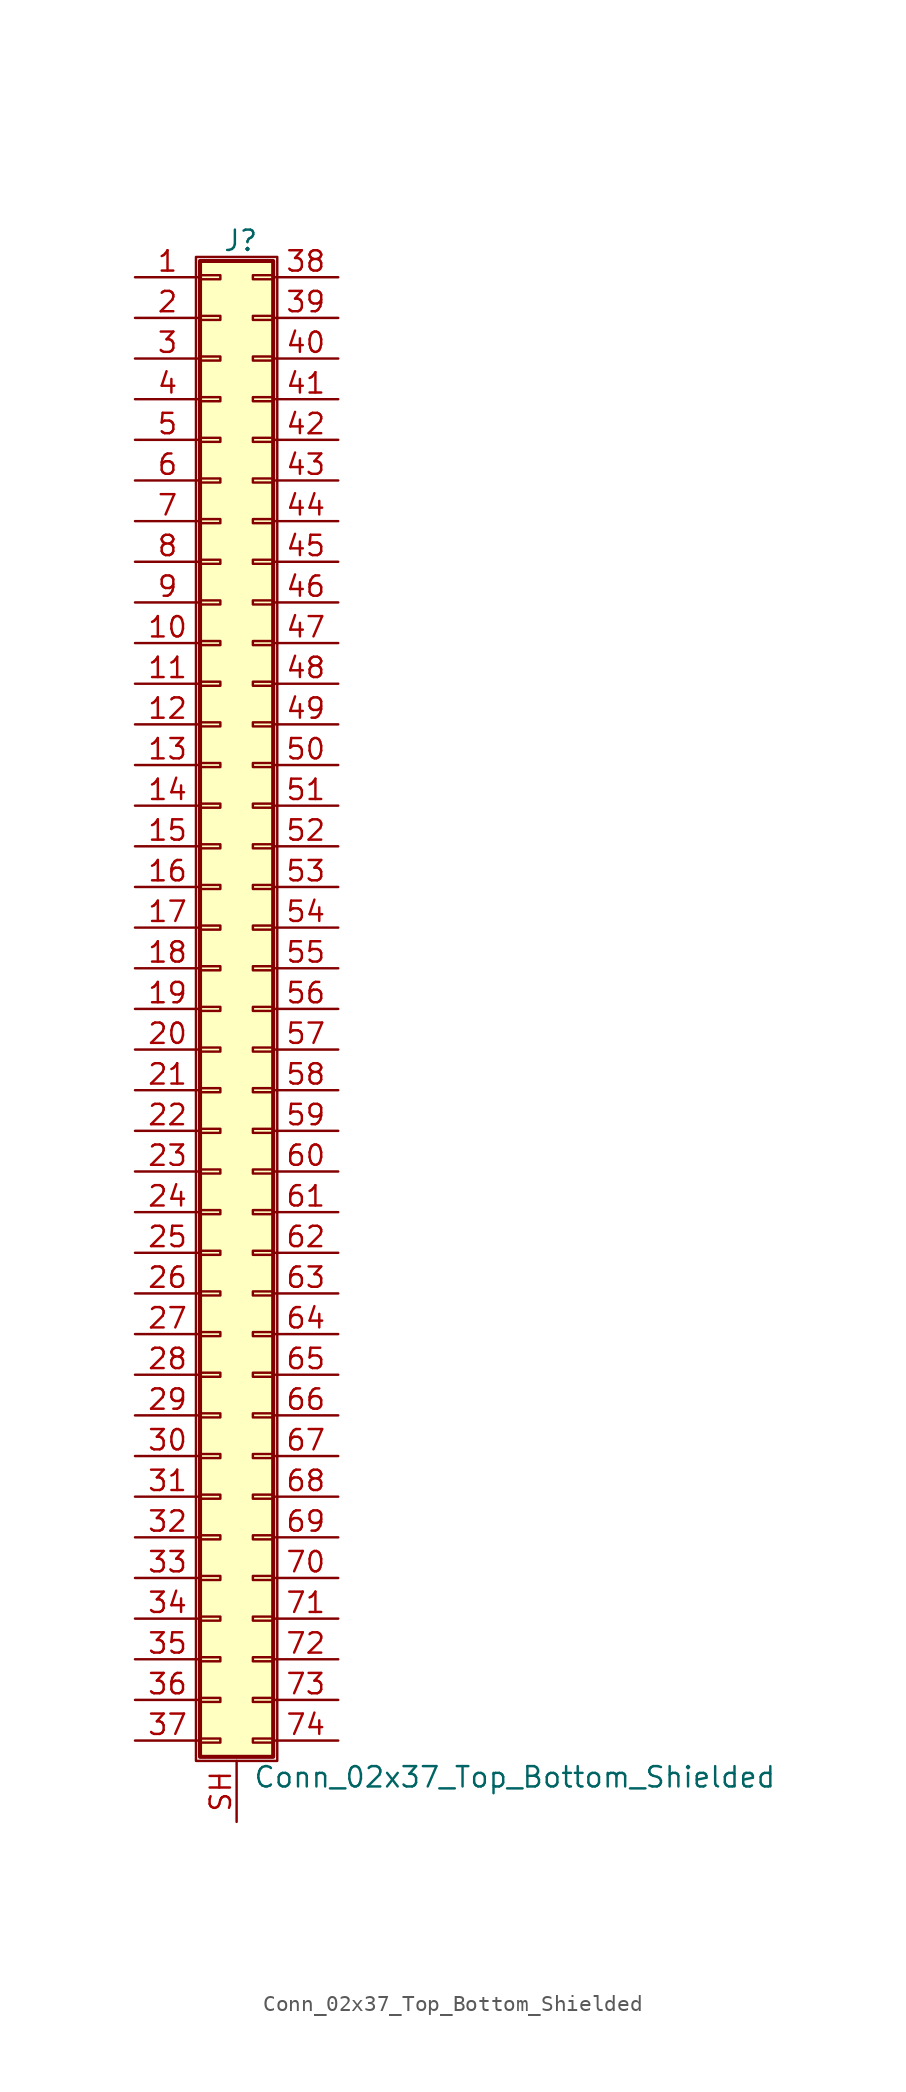
<source format=kicad_sym>
(kicad_symbol_lib
  (version 20211014)
  (generator kicad_symbol_editor)
  (symbol "Conn_02x37_Top_Bottom_Shielded"
    (pin_names
      (offset 1.016) hide)
    (property "Reference" "J"
      (at 1.524 48.006 0)
      (effects (font (size 1.27 1.27))))
    (property "Value" "Conn_02x37_Top_Bottom_Shielded"
      (at 2.286 -48.006 0)
      (effects (font (size 1.27 1.27)) (justify left)))
    (symbol "Conn_02x37_Top_Bottom_Shielded_1_1"
      (rectangle (start -1.27 46.99) (end 3.81 -46.99) (stroke (width 0.152) (type default) (color 0 0 0 0)) (fill (type none)))
      (rectangle (start -1.016 -45.593) (end 0.254 -45.847) (stroke (width 0.152) (type default) (color 0 0 0 0)) (fill (type none)))
      (rectangle (start -1.016 -43.053) (end 0.254 -43.307) (stroke (width 0.152) (type default) (color 0 0 0 0)) (fill (type none)))
      (rectangle (start -1.016 -40.513) (end 0.254 -40.767) (stroke (width 0.152) (type default) (color 0 0 0 0)) (fill (type none)))
      (rectangle (start -1.016 -37.973) (end 0.254 -38.227) (stroke (width 0.152) (type default) (color 0 0 0 0)) (fill (type none)))
      (rectangle (start -1.016 -35.433) (end 0.254 -35.687) (stroke (width 0.152) (type default) (color 0 0 0 0)) (fill (type none)))
      (rectangle (start -1.016 -32.893) (end 0.254 -33.147) (stroke (width 0.152) (type default) (color 0 0 0 0)) (fill (type none)))
      (rectangle (start -1.016 -30.353) (end 0.254 -30.607) (stroke (width 0.152) (type default) (color 0 0 0 0)) (fill (type none)))
      (rectangle (start -1.016 -27.813) (end 0.254 -28.067) (stroke (width 0.152) (type default) (color 0 0 0 0)) (fill (type none)))
      (rectangle (start -1.016 -25.273) (end 0.254 -25.527) (stroke (width 0.152) (type default) (color 0 0 0 0)) (fill (type none)))
      (rectangle (start -1.016 -22.733) (end 0.254 -22.987) (stroke (width 0.152) (type default) (color 0 0 0 0)) (fill (type none)))
      (rectangle (start -1.016 -20.193) (end 0.254 -20.447) (stroke (width 0.152) (type default) (color 0 0 0 0)) (fill (type none)))
      (rectangle (start -1.016 -17.653) (end 0.254 -17.907) (stroke (width 0.152) (type default) (color 0 0 0 0)) (fill (type none)))
      (rectangle (start -1.016 -15.113) (end 0.254 -15.367) (stroke (width 0.152) (type default) (color 0 0 0 0)) (fill (type none)))
      (rectangle (start -1.016 -12.573) (end 0.254 -12.827) (stroke (width 0.152) (type default) (color 0 0 0 0)) (fill (type none)))
      (rectangle (start -1.016 -10.033) (end 0.254 -10.287) (stroke (width 0.152) (type default) (color 0 0 0 0)) (fill (type none)))
      (rectangle (start -1.016 -7.493) (end 0.254 -7.747) (stroke (width 0.152) (type default) (color 0 0 0 0)) (fill (type none)))
      (rectangle (start -1.016 -4.953) (end 0.254 -5.207) (stroke (width 0.152) (type default) (color 0 0 0 0)) (fill (type none)))
      (rectangle (start -1.016 -2.413) (end 0.254 -2.667) (stroke (width 0.152) (type default) (color 0 0 0 0)) (fill (type none)))
      (rectangle (start -1.016 0.127) (end 0.254 -0.127) (stroke (width 0.152) (type default) (color 0 0 0 0)) (fill (type none)))
      (rectangle (start -1.016 2.667) (end 0.254 2.413) (stroke (width 0.152) (type default) (color 0 0 0 0)) (fill (type none)))
      (rectangle (start -1.016 5.207) (end 0.254 4.953) (stroke (width 0.152) (type default) (color 0 0 0 0)) (fill (type none)))
      (rectangle (start -1.016 7.747) (end 0.254 7.493) (stroke (width 0.152) (type default) (color 0 0 0 0)) (fill (type none)))
      (rectangle (start -1.016 10.287) (end 0.254 10.033) (stroke (width 0.152) (type default) (color 0 0 0 0)) (fill (type none)))
      (rectangle (start -1.016 12.827) (end 0.254 12.573) (stroke (width 0.152) (type default) (color 0 0 0 0)) (fill (type none)))
      (rectangle (start -1.016 15.367) (end 0.254 15.113) (stroke (width 0.152) (type default) (color 0 0 0 0)) (fill (type none)))
      (rectangle (start -1.016 17.907) (end 0.254 17.653) (stroke (width 0.152) (type default) (color 0 0 0 0)) (fill (type none)))
      (rectangle (start -1.016 20.447) (end 0.254 20.193) (stroke (width 0.152) (type default) (color 0 0 0 0)) (fill (type none)))
      (rectangle (start -1.016 22.987) (end 0.254 22.733) (stroke (width 0.152) (type default) (color 0 0 0 0)) (fill (type none)))
      (rectangle (start -1.016 25.527) (end 0.254 25.273) (stroke (width 0.152) (type default) (color 0 0 0 0)) (fill (type none)))
      (rectangle (start -1.016 28.067) (end 0.254 27.813) (stroke (width 0.152) (type default) (color 0 0 0 0)) (fill (type none)))
      (rectangle (start -1.016 30.607) (end 0.254 30.353) (stroke (width 0.152) (type default) (color 0 0 0 0)) (fill (type none)))
      (rectangle (start -1.016 33.147) (end 0.254 32.893) (stroke (width 0.152) (type default) (color 0 0 0 0)) (fill (type none)))
      (rectangle (start -1.016 35.687) (end 0.254 35.433) (stroke (width 0.152) (type default) (color 0 0 0 0)) (fill (type none)))
      (rectangle (start -1.016 38.227) (end 0.254 37.973) (stroke (width 0.152) (type default) (color 0 0 0 0)) (fill (type none)))
      (rectangle (start -1.016 40.767) (end 0.254 40.513) (stroke (width 0.152) (type default) (color 0 0 0 0)) (fill (type none)))
      (rectangle (start -1.016 43.307) (end 0.254 43.053) (stroke (width 0.152) (type default) (color 0 0 0 0)) (fill (type none)))
      (rectangle (start -1.016 45.847) (end 0.254 45.593) (stroke (width 0.152) (type default) (color 0 0 0 0)) (fill (type none)))
      (rectangle (start -1.016 46.736) (end 3.556 -46.736) (stroke (width 0.254) (type default) (color 0 0 0 0)) (fill (type background)))
      (rectangle (start 3.556 -45.593) (end 2.286 -45.847) (stroke (width 0.152) (type default) (color 0 0 0 0)) (fill (type none)))
      (rectangle (start 3.556 -43.053) (end 2.286 -43.307) (stroke (width 0.152) (type default) (color 0 0 0 0)) (fill (type none)))
      (rectangle (start 3.556 -40.513) (end 2.286 -40.767) (stroke (width 0.152) (type default) (color 0 0 0 0)) (fill (type none)))
      (rectangle (start 3.556 -37.973) (end 2.286 -38.227) (stroke (width 0.152) (type default) (color 0 0 0 0)) (fill (type none)))
      (rectangle (start 3.556 -35.433) (end 2.286 -35.687) (stroke (width 0.152) (type default) (color 0 0 0 0)) (fill (type none)))
      (rectangle (start 3.556 -32.893) (end 2.286 -33.147) (stroke (width 0.152) (type default) (color 0 0 0 0)) (fill (type none)))
      (rectangle (start 3.556 -30.353) (end 2.286 -30.607) (stroke (width 0.152) (type default) (color 0 0 0 0)) (fill (type none)))
      (rectangle (start 3.556 -27.813) (end 2.286 -28.067) (stroke (width 0.152) (type default) (color 0 0 0 0)) (fill (type none)))
      (rectangle (start 3.556 -25.273) (end 2.286 -25.527) (stroke (width 0.152) (type default) (color 0 0 0 0)) (fill (type none)))
      (rectangle (start 3.556 -22.733) (end 2.286 -22.987) (stroke (width 0.152) (type default) (color 0 0 0 0)) (fill (type none)))
      (rectangle (start 3.556 -20.193) (end 2.286 -20.447) (stroke (width 0.152) (type default) (color 0 0 0 0)) (fill (type none)))
      (rectangle (start 3.556 -17.653) (end 2.286 -17.907) (stroke (width 0.152) (type default) (color 0 0 0 0)) (fill (type none)))
      (rectangle (start 3.556 -15.113) (end 2.286 -15.367) (stroke (width 0.152) (type default) (color 0 0 0 0)) (fill (type none)))
      (rectangle (start 3.556 -12.573) (end 2.286 -12.827) (stroke (width 0.152) (type default) (color 0 0 0 0)) (fill (type none)))
      (rectangle (start 3.556 -10.033) (end 2.286 -10.287) (stroke (width 0.152) (type default) (color 0 0 0 0)) (fill (type none)))
      (rectangle (start 3.556 -7.493) (end 2.286 -7.747) (stroke (width 0.152) (type default) (color 0 0 0 0)) (fill (type none)))
      (rectangle (start 3.556 -4.953) (end 2.286 -5.207) (stroke (width 0.152) (type default) (color 0 0 0 0)) (fill (type none)))
      (rectangle (start 3.556 -2.413) (end 2.286 -2.667) (stroke (width 0.152) (type default) (color 0 0 0 0)) (fill (type none)))
      (rectangle (start 3.556 0.127) (end 2.286 -0.127) (stroke (width 0.152) (type default) (color 0 0 0 0)) (fill (type none)))
      (rectangle (start 3.556 2.667) (end 2.286 2.413) (stroke (width 0.152) (type default) (color 0 0 0 0)) (fill (type none)))
      (rectangle (start 3.556 5.207) (end 2.286 4.953) (stroke (width 0.152) (type default) (color 0 0 0 0)) (fill (type none)))
      (rectangle (start 3.556 7.747) (end 2.286 7.493) (stroke (width 0.152) (type default) (color 0 0 0 0)) (fill (type none)))
      (rectangle (start 3.556 10.287) (end 2.286 10.033) (stroke (width 0.152) (type default) (color 0 0 0 0)) (fill (type none)))
      (rectangle (start 3.556 12.827) (end 2.286 12.573) (stroke (width 0.152) (type default) (color 0 0 0 0)) (fill (type none)))
      (rectangle (start 3.556 15.367) (end 2.286 15.113) (stroke (width 0.152) (type default) (color 0 0 0 0)) (fill (type none)))
      (rectangle (start 3.556 17.907) (end 2.286 17.653) (stroke (width 0.152) (type default) (color 0 0 0 0)) (fill (type none)))
      (rectangle (start 3.556 20.447) (end 2.286 20.193) (stroke (width 0.152) (type default) (color 0 0 0 0)) (fill (type none)))
      (rectangle (start 3.556 22.987) (end 2.286 22.733) (stroke (width 0.152) (type default) (color 0 0 0 0)) (fill (type none)))
      (rectangle (start 3.556 25.527) (end 2.286 25.273) (stroke (width 0.152) (type default) (color 0 0 0 0)) (fill (type none)))
      (rectangle (start 3.556 28.067) (end 2.286 27.813) (stroke (width 0.152) (type default) (color 0 0 0 0)) (fill (type none)))
      (rectangle (start 3.556 30.607) (end 2.286 30.353) (stroke (width 0.152) (type default) (color 0 0 0 0)) (fill (type none)))
      (rectangle (start 3.556 33.147) (end 2.286 32.893) (stroke (width 0.152) (type default) (color 0 0 0 0)) (fill (type none)))
      (rectangle (start 3.556 35.687) (end 2.286 35.433) (stroke (width 0.152) (type default) (color 0 0 0 0)) (fill (type none)))
      (rectangle (start 3.556 38.227) (end 2.286 37.973) (stroke (width 0.152) (type default) (color 0 0 0 0)) (fill (type none)))
      (rectangle (start 3.556 40.767) (end 2.286 40.513) (stroke (width 0.152) (type default) (color 0 0 0 0)) (fill (type none)))
      (rectangle (start 3.556 43.307) (end 2.286 43.053) (stroke (width 0.152) (type default) (color 0 0 0 0)) (fill (type none)))
      (rectangle (start 3.556 45.847) (end 2.286 45.593) (stroke (width 0.152) (type default) (color 0 0 0 0)) (fill (type none)))
      (pin passive line (at -5.08 45.72 0) (length 4.064) (name "Pin_1" (effects (font (size 1.27 1.27)))) (number "1" (effects (font (size 1.27 1.27)))))
      (pin passive line (at -5.08 22.86 0) (length 4.064) (name "Pin_10" (effects (font (size 1.27 1.27)))) (number "10" (effects (font (size 1.27 1.27)))))
      (pin passive line (at -5.08 20.32 0) (length 4.064) (name "Pin_11" (effects (font (size 1.27 1.27)))) (number "11" (effects (font (size 1.27 1.27)))))
      (pin passive line (at -5.08 17.78 0) (length 4.064) (name "Pin_12" (effects (font (size 1.27 1.27)))) (number "12" (effects (font (size 1.27 1.27)))))
      (pin passive line (at -5.08 15.24 0) (length 4.064) (name "Pin_13" (effects (font (size 1.27 1.27)))) (number "13" (effects (font (size 1.27 1.27)))))
      (pin passive line (at -5.08 12.7 0) (length 4.064) (name "Pin_14" (effects (font (size 1.27 1.27)))) (number "14" (effects (font (size 1.27 1.27)))))
      (pin passive line (at -5.08 10.16 0) (length 4.064) (name "Pin_15" (effects (font (size 1.27 1.27)))) (number "15" (effects (font (size 1.27 1.27)))))
      (pin passive line (at -5.08 7.62 0) (length 4.064) (name "Pin_16" (effects (font (size 1.27 1.27)))) (number "16" (effects (font (size 1.27 1.27)))))
      (pin passive line (at -5.08 5.08 0) (length 4.064) (name "Pin_17" (effects (font (size 1.27 1.27)))) (number "17" (effects (font (size 1.27 1.27)))))
      (pin passive line (at -5.08 2.54 0) (length 4.064) (name "Pin_18" (effects (font (size 1.27 1.27)))) (number "18" (effects (font (size 1.27 1.27)))))
      (pin passive line (at -5.08 0 0) (length 4.064) (name "Pin_19" (effects (font (size 1.27 1.27)))) (number "19" (effects (font (size 1.27 1.27)))))
      (pin passive line (at -5.08 43.18 0) (length 4.064) (name "Pin_2" (effects (font (size 1.27 1.27)))) (number "2" (effects (font (size 1.27 1.27)))))
      (pin passive line (at -5.08 -2.54 0) (length 4.064) (name "Pin_20" (effects (font (size 1.27 1.27)))) (number "20" (effects (font (size 1.27 1.27)))))
      (pin passive line (at -5.08 -5.08 0) (length 4.064) (name "Pin_21" (effects (font (size 1.27 1.27)))) (number "21" (effects (font (size 1.27 1.27)))))
      (pin passive line (at -5.08 -7.62 0) (length 4.064) (name "Pin_22" (effects (font (size 1.27 1.27)))) (number "22" (effects (font (size 1.27 1.27)))))
      (pin passive line (at -5.08 -10.16 0) (length 4.064) (name "Pin_23" (effects (font (size 1.27 1.27)))) (number "23" (effects (font (size 1.27 1.27)))))
      (pin passive line (at -5.08 -12.7 0) (length 4.064) (name "Pin_24" (effects (font (size 1.27 1.27)))) (number "24" (effects (font (size 1.27 1.27)))))
      (pin passive line (at -5.08 -15.24 0) (length 4.064) (name "Pin_25" (effects (font (size 1.27 1.27)))) (number "25" (effects (font (size 1.27 1.27)))))
      (pin passive line (at -5.08 -17.78 0) (length 4.064) (name "Pin_26" (effects (font (size 1.27 1.27)))) (number "26" (effects (font (size 1.27 1.27)))))
      (pin passive line (at -5.08 -20.32 0) (length 4.064) (name "Pin_27" (effects (font (size 1.27 1.27)))) (number "27" (effects (font (size 1.27 1.27)))))
      (pin passive line (at -5.08 -22.86 0) (length 4.064) (name "Pin_28" (effects (font (size 1.27 1.27)))) (number "28" (effects (font (size 1.27 1.27)))))
      (pin passive line (at -5.08 -25.4 0) (length 4.064) (name "Pin_29" (effects (font (size 1.27 1.27)))) (number "29" (effects (font (size 1.27 1.27)))))
      (pin passive line (at -5.08 40.64 0) (length 4.064) (name "Pin_3" (effects (font (size 1.27 1.27)))) (number "3" (effects (font (size 1.27 1.27)))))
      (pin passive line (at -5.08 -27.94 0) (length 4.064) (name "Pin_30" (effects (font (size 1.27 1.27)))) (number "30" (effects (font (size 1.27 1.27)))))
      (pin passive line (at -5.08 -30.48 0) (length 4.064) (name "Pin_31" (effects (font (size 1.27 1.27)))) (number "31" (effects (font (size 1.27 1.27)))))
      (pin passive line (at -5.08 -33.02 0) (length 4.064) (name "Pin_32" (effects (font (size 1.27 1.27)))) (number "32" (effects (font (size 1.27 1.27)))))
      (pin passive line (at -5.08 -35.56 0) (length 4.064) (name "Pin_33" (effects (font (size 1.27 1.27)))) (number "33" (effects (font (size 1.27 1.27)))))
      (pin passive line (at -5.08 -38.1 0) (length 4.064) (name "Pin_34" (effects (font (size 1.27 1.27)))) (number "34" (effects (font (size 1.27 1.27)))))
      (pin passive line (at -5.08 -40.64 0) (length 4.064) (name "Pin_35" (effects (font (size 1.27 1.27)))) (number "35" (effects (font (size 1.27 1.27)))))
      (pin passive line (at -5.08 -43.18 0) (length 4.064) (name "Pin_36" (effects (font (size 1.27 1.27)))) (number "36" (effects (font (size 1.27 1.27)))))
      (pin passive line (at -5.08 -45.72 0) (length 4.064) (name "Pin_37" (effects (font (size 1.27 1.27)))) (number "37" (effects (font (size 1.27 1.27)))))
      (pin passive line (at 7.62 45.72 180) (length 4.064) (name "Pin_38" (effects (font (size 1.27 1.27)))) (number "38" (effects (font (size 1.27 1.27)))))
      (pin passive line (at 7.62 43.18 180) (length 4.064) (name "Pin_39" (effects (font (size 1.27 1.27)))) (number "39" (effects (font (size 1.27 1.27)))))
      (pin passive line (at -5.08 38.1 0) (length 4.064) (name "Pin_4" (effects (font (size 1.27 1.27)))) (number "4" (effects (font (size 1.27 1.27)))))
      (pin passive line (at 7.62 40.64 180) (length 4.064) (name "Pin_40" (effects (font (size 1.27 1.27)))) (number "40" (effects (font (size 1.27 1.27)))))
      (pin passive line (at 7.62 38.1 180) (length 4.064) (name "Pin_41" (effects (font (size 1.27 1.27)))) (number "41" (effects (font (size 1.27 1.27)))))
      (pin passive line (at 7.62 35.56 180) (length 4.064) (name "Pin_42" (effects (font (size 1.27 1.27)))) (number "42" (effects (font (size 1.27 1.27)))))
      (pin passive line (at 7.62 33.02 180) (length 4.064) (name "Pin_43" (effects (font (size 1.27 1.27)))) (number "43" (effects (font (size 1.27 1.27)))))
      (pin passive line (at 7.62 30.48 180) (length 4.064) (name "Pin_44" (effects (font (size 1.27 1.27)))) (number "44" (effects (font (size 1.27 1.27)))))
      (pin passive line (at 7.62 27.94 180) (length 4.064) (name "Pin_45" (effects (font (size 1.27 1.27)))) (number "45" (effects (font (size 1.27 1.27)))))
      (pin passive line (at 7.62 25.4 180) (length 4.064) (name "Pin_46" (effects (font (size 1.27 1.27)))) (number "46" (effects (font (size 1.27 1.27)))))
      (pin passive line (at 7.62 22.86 180) (length 4.064) (name "Pin_47" (effects (font (size 1.27 1.27)))) (number "47" (effects (font (size 1.27 1.27)))))
      (pin passive line (at 7.62 20.32 180) (length 4.064) (name "Pin_48" (effects (font (size 1.27 1.27)))) (number "48" (effects (font (size 1.27 1.27)))))
      (pin passive line (at 7.62 17.78 180) (length 4.064) (name "Pin_49" (effects (font (size 1.27 1.27)))) (number "49" (effects (font (size 1.27 1.27)))))
      (pin passive line (at -5.08 35.56 0) (length 4.064) (name "Pin_5" (effects (font (size 1.27 1.27)))) (number "5" (effects (font (size 1.27 1.27)))))
      (pin passive line (at 7.62 15.24 180) (length 4.064) (name "Pin_50" (effects (font (size 1.27 1.27)))) (number "50" (effects (font (size 1.27 1.27)))))
      (pin passive line (at 7.62 12.7 180) (length 4.064) (name "Pin_51" (effects (font (size 1.27 1.27)))) (number "51" (effects (font (size 1.27 1.27)))))
      (pin passive line (at 7.62 10.16 180) (length 4.064) (name "Pin_52" (effects (font (size 1.27 1.27)))) (number "52" (effects (font (size 1.27 1.27)))))
      (pin passive line (at 7.62 7.62 180) (length 4.064) (name "Pin_53" (effects (font (size 1.27 1.27)))) (number "53" (effects (font (size 1.27 1.27)))))
      (pin passive line (at 7.62 5.08 180) (length 4.064) (name "Pin_54" (effects (font (size 1.27 1.27)))) (number "54" (effects (font (size 1.27 1.27)))))
      (pin passive line (at 7.62 2.54 180) (length 4.064) (name "Pin_55" (effects (font (size 1.27 1.27)))) (number "55" (effects (font (size 1.27 1.27)))))
      (pin passive line (at 7.62 0 180) (length 4.064) (name "Pin_56" (effects (font (size 1.27 1.27)))) (number "56" (effects (font (size 1.27 1.27)))))
      (pin passive line (at 7.62 -2.54 180) (length 4.064) (name "Pin_57" (effects (font (size 1.27 1.27)))) (number "57" (effects (font (size 1.27 1.27)))))
      (pin passive line (at 7.62 -5.08 180) (length 4.064) (name "Pin_58" (effects (font (size 1.27 1.27)))) (number "58" (effects (font (size 1.27 1.27)))))
      (pin passive line (at 7.62 -7.62 180) (length 4.064) (name "Pin_59" (effects (font (size 1.27 1.27)))) (number "59" (effects (font (size 1.27 1.27)))))
      (pin passive line (at -5.08 33.02 0) (length 4.064) (name "Pin_6" (effects (font (size 1.27 1.27)))) (number "6" (effects (font (size 1.27 1.27)))))
      (pin passive line (at 7.62 -10.16 180) (length 4.064) (name "Pin_60" (effects (font (size 1.27 1.27)))) (number "60" (effects (font (size 1.27 1.27)))))
      (pin passive line (at 7.62 -12.7 180) (length 4.064) (name "Pin_61" (effects (font (size 1.27 1.27)))) (number "61" (effects (font (size 1.27 1.27)))))
      (pin passive line (at 7.62 -15.24 180) (length 4.064) (name "Pin_62" (effects (font (size 1.27 1.27)))) (number "62" (effects (font (size 1.27 1.27)))))
      (pin passive line (at 7.62 -17.78 180) (length 4.064) (name "Pin_63" (effects (font (size 1.27 1.27)))) (number "63" (effects (font (size 1.27 1.27)))))
      (pin passive line (at 7.62 -20.32 180) (length 4.064) (name "Pin_64" (effects (font (size 1.27 1.27)))) (number "64" (effects (font (size 1.27 1.27)))))
      (pin passive line (at 7.62 -22.86 180) (length 4.064) (name "Pin_65" (effects (font (size 1.27 1.27)))) (number "65" (effects (font (size 1.27 1.27)))))
      (pin passive line (at 7.62 -25.4 180) (length 4.064) (name "Pin_66" (effects (font (size 1.27 1.27)))) (number "66" (effects (font (size 1.27 1.27)))))
      (pin passive line (at 7.62 -27.94 180) (length 4.064) (name "Pin_67" (effects (font (size 1.27 1.27)))) (number "67" (effects (font (size 1.27 1.27)))))
      (pin passive line (at 7.62 -30.48 180) (length 4.064) (name "Pin_68" (effects (font (size 1.27 1.27)))) (number "68" (effects (font (size 1.27 1.27)))))
      (pin passive line (at 7.62 -33.02 180) (length 4.064) (name "Pin_69" (effects (font (size 1.27 1.27)))) (number "69" (effects (font (size 1.27 1.27)))))
      (pin passive line (at -5.08 30.48 0) (length 4.064) (name "Pin_7" (effects (font (size 1.27 1.27)))) (number "7" (effects (font (size 1.27 1.27)))))
      (pin passive line (at 7.62 -35.56 180) (length 4.064) (name "Pin_70" (effects (font (size 1.27 1.27)))) (number "70" (effects (font (size 1.27 1.27)))))
      (pin passive line (at 7.62 -38.1 180) (length 4.064) (name "Pin_71" (effects (font (size 1.27 1.27)))) (number "71" (effects (font (size 1.27 1.27)))))
      (pin passive line (at 7.62 -40.64 180) (length 4.064) (name "Pin_72" (effects (font (size 1.27 1.27)))) (number "72" (effects (font (size 1.27 1.27)))))
      (pin passive line (at 7.62 -43.18 180) (length 4.064) (name "Pin_73" (effects (font (size 1.27 1.27)))) (number "73" (effects (font (size 1.27 1.27)))))
      (pin passive line (at 7.62 -45.72 180) (length 4.064) (name "Pin_74" (effects (font (size 1.27 1.27)))) (number "74" (effects (font (size 1.27 1.27)))))
      (pin passive line (at -5.08 27.94 0) (length 4.064) (name "Pin_8" (effects (font (size 1.27 1.27)))) (number "8" (effects (font (size 1.27 1.27)))))
      (pin passive line (at -5.08 25.4 0) (length 4.064) (name "Pin_9" (effects (font (size 1.27 1.27)))) (number "9" (effects (font (size 1.27 1.27)))))
      (pin passive line (at 1.27 -50.8 90) (length 3.81) (name "Shield" (effects (font (size 1.27 1.27)))) (number "SH" (effects (font (size 1.27 1.27))))))))
</source>
